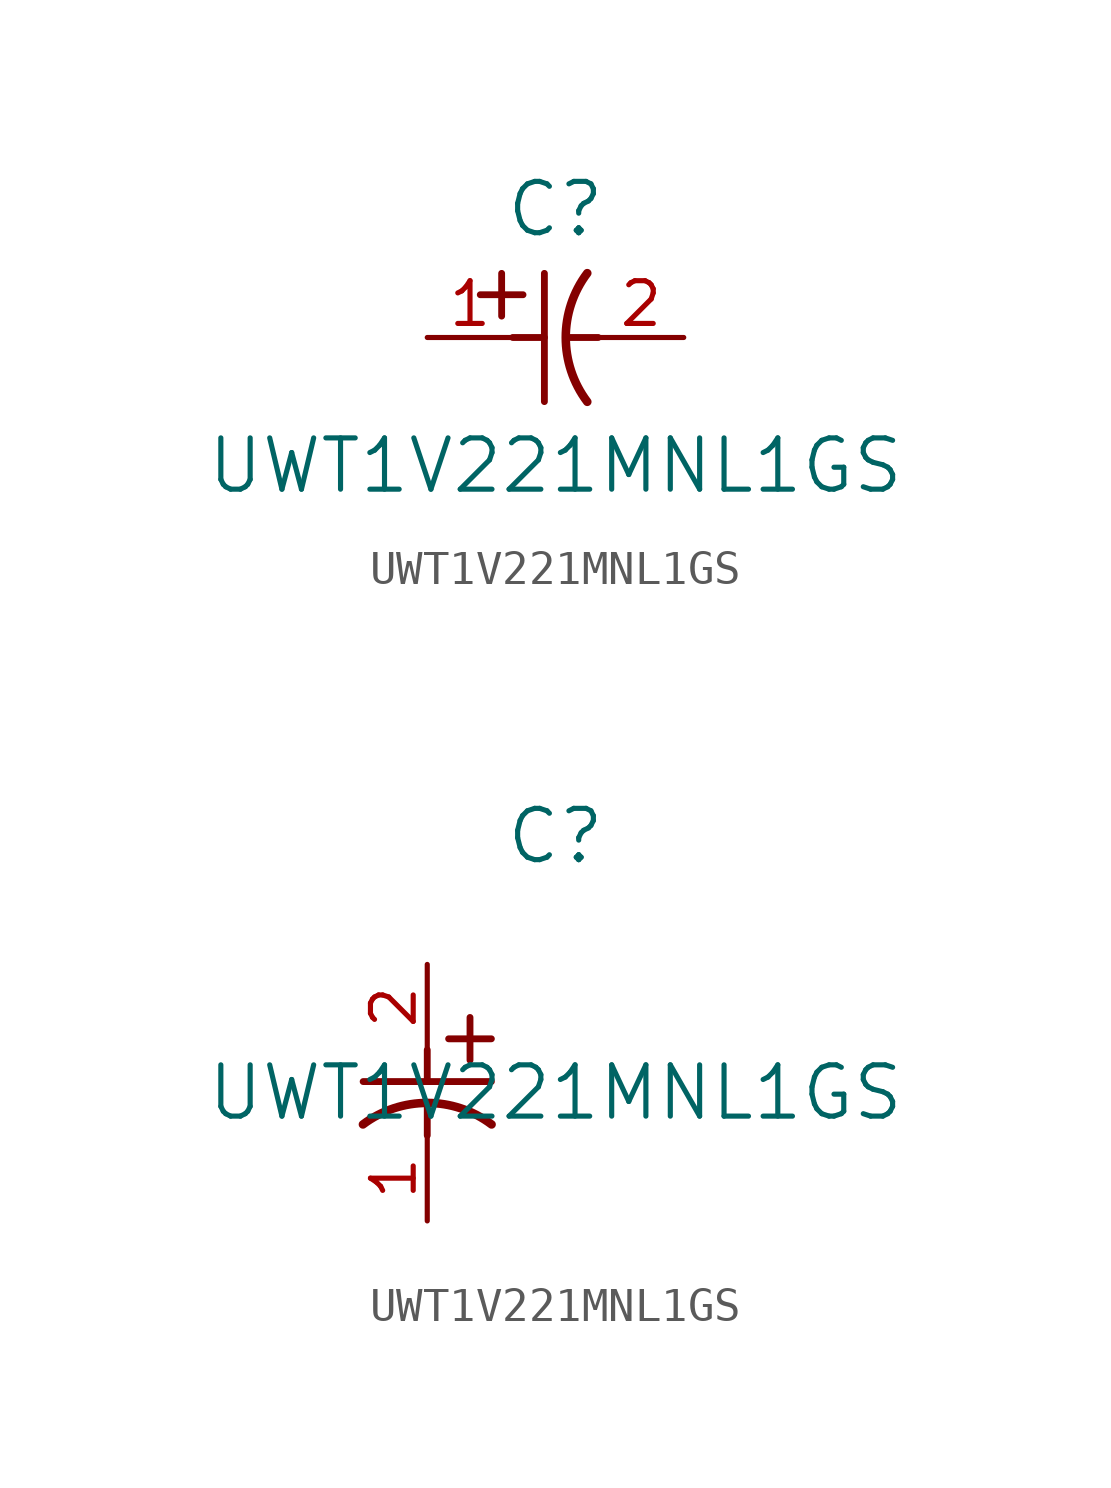
<source format=kicad_sym>
(kicad_symbol_lib
  (version 20211014)
  (generator kicad_symbol_editor)
  (symbol "UWT1V221MNL1GS"
    (pin_names
      (offset 0.254))
    (property "Reference" "C"
      (at 3.81 3.81 0)
      (effects (font (size 1.524 1.524))))
    (property "Value" "UWT1V221MNL1GS"
      (at 3.81 -3.81 0)
      (effects (font (size 1.524 1.524))))
    (symbol "UWT1V221MNL1GS_1_1"
      (polyline (pts (xy 2.21 0.635) (xy 2.21 1.905)) (stroke (width 0.203) (type default) (color 0 0 0 0)) (fill (type none)))
      (arc (start 4.754132 1.910763) (mid 4.1148 0) (end 4.754132 -1.910763) (stroke (width 0.254) (type default) (color 0 0 0 0)) (fill (type none)))
      (polyline (pts (xy 4.115 0) (xy 5.08 0)) (stroke (width 0.203) (type default) (color 0 0 0 0)) (fill (type none)))
      (polyline (pts (xy 3.48 -1.905) (xy 3.48 1.905)) (stroke (width 0.203) (type default) (color 0 0 0 0)) (fill (type none)))
      (polyline (pts (xy 1.575 1.27) (xy 2.845 1.27)) (stroke (width 0.203) (type default) (color 0 0 0 0)) (fill (type none)))
      (polyline (pts (xy 2.54 0) (xy 3.48 0)) (stroke (width 0.203) (type default) (color 0 0 0 0)) (fill (type none)))
      (pin unspecified line (at 0 0 0) (length 2.54) (name "" (effects (font (size 1.27 1.27)))) (number "1" (effects (font (size 1.27 1.27)))))
      (pin unspecified line (at 7.62 0 180) (length 2.54) (name "" (effects (font (size 1.27 1.27)))) (number "2" (effects (font (size 1.27 1.27))))))
    (symbol "UWT1V221MNL1GS_1_2"
      (polyline (pts (xy 0 -2.54) (xy 0 -3.48)) (stroke (width 0.203) (type default) (color 0 0 0 0)) (fill (type none)))
      (arc (start 1.910763 -4.754132) (mid 0 -4.1148) (end -1.910763 -4.754132) (stroke (width 0.254) (type default) (color 0 0 0 0)) (fill (type none)))
      (polyline (pts (xy -1.905 -3.48) (xy 1.905 -3.48)) (stroke (width 0.203) (type default) (color 0 0 0 0)) (fill (type none)))
      (polyline (pts (xy 0.635 -2.21) (xy 1.905 -2.21)) (stroke (width 0.203) (type default) (color 0 0 0 0)) (fill (type none)))
      (polyline (pts (xy 1.27 -1.575) (xy 1.27 -2.845)) (stroke (width 0.203) (type default) (color 0 0 0 0)) (fill (type none)))
      (polyline (pts (xy 0 -4.115) (xy 0 -5.08)) (stroke (width 0.203) (type default) (color 0 0 0 0)) (fill (type none)))
      (pin unspecified line (at 0 -7.62 90) (length 2.54) (name "" (effects (font (size 1.27 1.27)))) (number "1" (effects (font (size 1.27 1.27)))))
      (pin unspecified line (at 0 0 270) (length 2.54) (name "" (effects (font (size 1.27 1.27)))) (number "2" (effects (font (size 1.27 1.27))))))))
</source>
